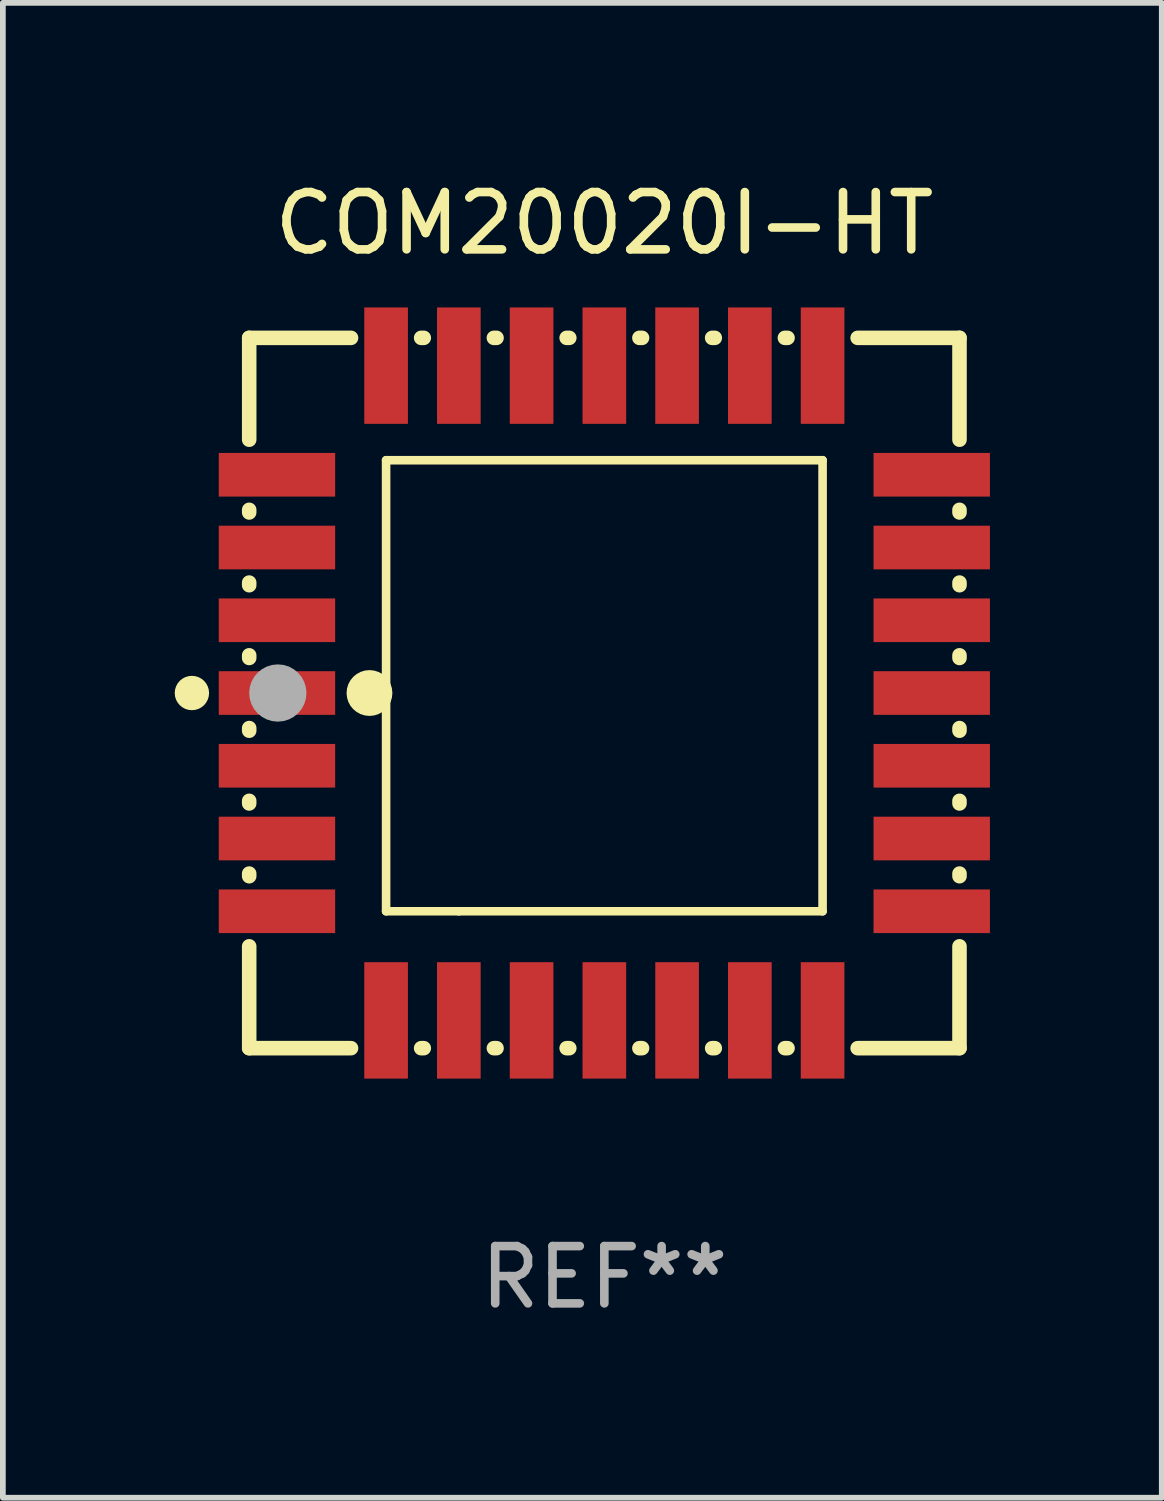
<source format=kicad_pcb>
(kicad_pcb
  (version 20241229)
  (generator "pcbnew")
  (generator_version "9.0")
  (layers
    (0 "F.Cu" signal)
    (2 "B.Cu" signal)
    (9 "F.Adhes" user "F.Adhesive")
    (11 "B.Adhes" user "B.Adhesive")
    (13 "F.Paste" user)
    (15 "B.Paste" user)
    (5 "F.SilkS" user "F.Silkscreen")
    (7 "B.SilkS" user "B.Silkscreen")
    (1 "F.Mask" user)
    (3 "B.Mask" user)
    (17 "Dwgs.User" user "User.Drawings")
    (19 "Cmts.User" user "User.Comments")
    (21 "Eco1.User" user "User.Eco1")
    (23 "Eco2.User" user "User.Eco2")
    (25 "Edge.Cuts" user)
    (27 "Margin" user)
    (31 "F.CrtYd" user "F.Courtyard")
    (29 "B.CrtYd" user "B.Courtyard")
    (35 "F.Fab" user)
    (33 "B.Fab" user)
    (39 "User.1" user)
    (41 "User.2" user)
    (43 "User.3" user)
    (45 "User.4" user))
  (footprint "COM20020I-HT"
    (layer "F.Cu")
    (at 7.5 9.048)
    (property "Reference" "COM20020I-HT" (at 0 -8.2 0) (layer "F.SilkS") (effects (font (size 1 1) (thickness 0.15))))
    (attr through_hole)
    (fp_line (start -6.2 -6.2) (end -4.422 -6.2) (stroke (width 0.254) (type solid)) (layer "F.SilkS"))
    (fp_line (start -6.2 -4.422) (end -6.2 -6.2) (stroke (width 0.254) (type solid)) (layer "F.SilkS"))
    (fp_line (start -6.2 -3.152) (end -6.2 -3.198) (stroke (width 0.254) (type solid)) (layer "F.SilkS"))
    (fp_line (start -6.2 -1.882) (end -6.2 -1.928) (stroke (width 0.254) (type solid)) (layer "F.SilkS"))
    (fp_line (start -6.2 -0.612) (end -6.2 -0.658) (stroke (width 0.254) (type solid)) (layer "F.SilkS"))
    (fp_line (start -6.2 0.658) (end -6.2 0.612) (stroke (width 0.254) (type solid)) (layer "F.SilkS"))
    (fp_line (start -6.2 1.928) (end -6.2 1.882) (stroke (width 0.254) (type solid)) (layer "F.SilkS"))
    (fp_line (start -6.2 3.198) (end -6.2 3.152) (stroke (width 0.254) (type solid)) (layer "F.SilkS"))
    (fp_line (start -6.2 6.2) (end -6.2 4.422) (stroke (width 0.254) (type solid)) (layer "F.SilkS"))
    (fp_line (start -4.422 6.2) (end -6.2 6.2) (stroke (width 0.254) (type solid)) (layer "F.SilkS"))
    (fp_line (start -3.81 -4.064) (end 3.81 -4.064) (stroke (width 0.15) (type solid)) (layer "F.SilkS"))
    (fp_line (start -3.81 3.81) (end -3.81 -4.064) (stroke (width 0.15) (type solid)) (layer "F.SilkS"))
    (fp_line (start -3.198 -6.2) (end -3.152 -6.2) (stroke (width 0.254) (type solid)) (layer "F.SilkS"))
    (fp_line (start -3.152 6.2) (end -3.198 6.2) (stroke (width 0.254) (type solid)) (layer "F.SilkS"))
    (fp_line (start -2.54 3.81) (end -3.81 3.81) (stroke (width 0.15) (type solid)) (layer "F.SilkS"))
    (fp_line (start -1.928 -6.2) (end -1.882 -6.2) (stroke (width 0.254) (type solid)) (layer "F.SilkS"))
    (fp_line (start -1.882 6.2) (end -1.928 6.2) (stroke (width 0.254) (type solid)) (layer "F.SilkS"))
    (fp_line (start -0.658 -6.2) (end -0.612 -6.2) (stroke (width 0.254) (type solid)) (layer "F.SilkS"))
    (fp_line (start -0.612 6.2) (end -0.658 6.2) (stroke (width 0.254) (type solid)) (layer "F.SilkS"))
    (fp_line (start 0.612 -6.2) (end 0.658 -6.2) (stroke (width 0.254) (type solid)) (layer "F.SilkS"))
    (fp_line (start 0.658 6.2) (end 0.612 6.2) (stroke (width 0.254) (type solid)) (layer "F.SilkS"))
    (fp_line (start 1.882 -6.2) (end 1.928 -6.2) (stroke (width 0.254) (type solid)) (layer "F.SilkS"))
    (fp_line (start 1.928 6.2) (end 1.882 6.2) (stroke (width 0.254) (type solid)) (layer "F.SilkS"))
    (fp_line (start 3.152 -6.2) (end 3.198 -6.2) (stroke (width 0.254) (type solid)) (layer "F.SilkS"))
    (fp_line (start 3.198 6.2) (end 3.152 6.2) (stroke (width 0.254) (type solid)) (layer "F.SilkS"))
    (fp_line (start 3.81 -4.064) (end 3.81 3.81) (stroke (width 0.15) (type solid)) (layer "F.SilkS"))
    (fp_line (start 3.81 3.81) (end -2.54 3.81) (stroke (width 0.15) (type solid)) (layer "F.SilkS"))
    (fp_line (start 4.422 -6.2) (end 6.2 -6.2) (stroke (width 0.254) (type solid)) (layer "F.SilkS"))
    (fp_line (start 6.2 -6.2) (end 6.2 -4.422) (stroke (width 0.254) (type solid)) (layer "F.SilkS"))
    (fp_line (start 6.2 -3.198) (end 6.2 -3.152) (stroke (width 0.254) (type solid)) (layer "F.SilkS"))
    (fp_line (start 6.2 -1.928) (end 6.2 -1.882) (stroke (width 0.254) (type solid)) (layer "F.SilkS"))
    (fp_line (start 6.2 -0.658) (end 6.2 -0.612) (stroke (width 0.254) (type solid)) (layer "F.SilkS"))
    (fp_line (start 6.2 0.612) (end 6.2 0.658) (stroke (width 0.254) (type solid)) (layer "F.SilkS"))
    (fp_line (start 6.2 1.882) (end 6.2 1.928) (stroke (width 0.254) (type solid)) (layer "F.SilkS"))
    (fp_line (start 6.2 3.152) (end 6.2 3.198) (stroke (width 0.254) (type solid)) (layer "F.SilkS"))
    (fp_line (start 6.2 4.422) (end 6.2 6.2) (stroke (width 0.254) (type solid)) (layer "F.SilkS"))
    (fp_line (start 6.2 6.2) (end 4.422 6.2) (stroke (width 0.254) (type solid)) (layer "F.SilkS"))
    (fp_circle (center -7.2 0) (end -7.05 0) (stroke (width 0.3) (type solid)) (fill no) (layer "F.SilkS"))
    (fp_circle (center -6.223 6.223) (end -6.193 6.223) (stroke (width 0.06) (type solid)) (fill no) (layer "F.SilkS"))
    (fp_circle (center -4.1 0) (end -3.9 0) (stroke (width 0.4) (type solid)) (fill no) (layer "F.SilkS"))
    (fp_circle (center -5.7 0) (end -5.45 0) (stroke (width 0.5) (type solid)) (fill no) (layer "F.Fab"))
    (fp_text user "REF**" (at 0 10.2 0) (layer "F.Fab") (effects (font (size 1 1) (thickness 0.15))))
    (pad "1" smd rect (at -5.715 0) (size 2.032 0.762) (layers "F.Cu" "F.Mask" "F.Paste"))
    (pad "2" smd rect (at -5.715 1.27) (size 2.032 0.762) (layers "F.Cu" "F.Mask" "F.Paste"))
    (pad "3" smd rect (at -5.715 2.54) (size 2.032 0.762) (layers "F.Cu" "F.Mask" "F.Paste"))
    (pad "4" smd rect (at -5.715 3.81) (size 2.032 0.762) (layers "F.Cu" "F.Mask" "F.Paste"))
    (pad "5" smd rect (at -3.81 5.715) (size 0.762 2.032) (layers "F.Cu" "F.Mask" "F.Paste"))
    (pad "6" smd rect (at -2.54 5.715) (size 0.762 2.032) (layers "F.Cu" "F.Mask" "F.Paste"))
    (pad "7" smd rect (at -1.27 5.715) (size 0.762 2.032) (layers "F.Cu" "F.Mask" "F.Paste"))
    (pad "8" smd rect (at 0 5.715) (size 0.762 2.032) (layers "F.Cu" "F.Mask" "F.Paste"))
    (pad "9" smd rect (at 1.27 5.715) (size 0.762 2.032) (layers "F.Cu" "F.Mask" "F.Paste"))
    (pad "10" smd rect (at 2.54 5.715) (size 0.762 2.032) (layers "F.Cu" "F.Mask" "F.Paste"))
    (pad "11" smd rect (at 3.81 5.715) (size 0.762 2.032) (layers "F.Cu" "F.Mask" "F.Paste"))
    (pad "12" smd rect (at 5.715 3.81) (size 2.032 0.762) (layers "F.Cu" "F.Mask" "F.Paste"))
    (pad "13" smd rect (at 5.715 2.54) (size 2.032 0.762) (layers "F.Cu" "F.Mask" "F.Paste"))
    (pad "14" smd rect (at 5.715 1.27) (size 2.032 0.762) (layers "F.Cu" "F.Mask" "F.Paste"))
    (pad "15" smd rect (at 5.715 0) (size 2.032 0.762) (layers "F.Cu" "F.Mask" "F.Paste"))
    (pad "16" smd rect (at 5.715 -1.27) (size 2.032 0.762) (layers "F.Cu" "F.Mask" "F.Paste"))
    (pad "17" smd rect (at 5.715 -2.54) (size 2.032 0.762) (layers "F.Cu" "F.Mask" "F.Paste"))
    (pad "18" smd rect (at 5.715 -3.81) (size 2.032 0.762) (layers "F.Cu" "F.Mask" "F.Paste"))
    (pad "19" smd rect (at 3.81 -5.715) (size 0.762 2.032) (layers "F.Cu" "F.Mask" "F.Paste"))
    (pad "20" smd rect (at 2.54 -5.715) (size 0.762 2.032) (layers "F.Cu" "F.Mask" "F.Paste"))
    (pad "21" smd rect (at 1.27 -5.715) (size 0.762 2.032) (layers "F.Cu" "F.Mask" "F.Paste"))
    (pad "22" smd rect (at 0 -5.715) (size 0.762 2.032) (layers "F.Cu" "F.Mask" "F.Paste"))
    (pad "23" smd rect (at -1.27 -5.715) (size 0.762 2.032) (layers "F.Cu" "F.Mask" "F.Paste"))
    (pad "24" smd rect (at -2.54 -5.715) (size 0.762 2.032) (layers "F.Cu" "F.Mask" "F.Paste"))
    (pad "25" smd rect (at -3.81 -5.715) (size 0.762 2.032) (layers "F.Cu" "F.Mask" "F.Paste"))
    (pad "26" smd rect (at -5.715 -3.81) (size 2.032 0.762) (layers "F.Cu" "F.Mask" "F.Paste"))
    (pad "27" smd rect (at -5.715 -2.54) (size 2.032 0.762) (layers "F.Cu" "F.Mask" "F.Paste"))
    (pad "28" smd rect (at -5.715 -1.27) (size 2.032 0.762) (layers "F.Cu" "F.Mask" "F.Paste")))
  (gr_rect
    (start -3 -3)
    (end 17.231 23.096)
    (stroke (width 0.1) (type default))
    (fill no)
    (layer "Edge.Cuts")))
</source>
